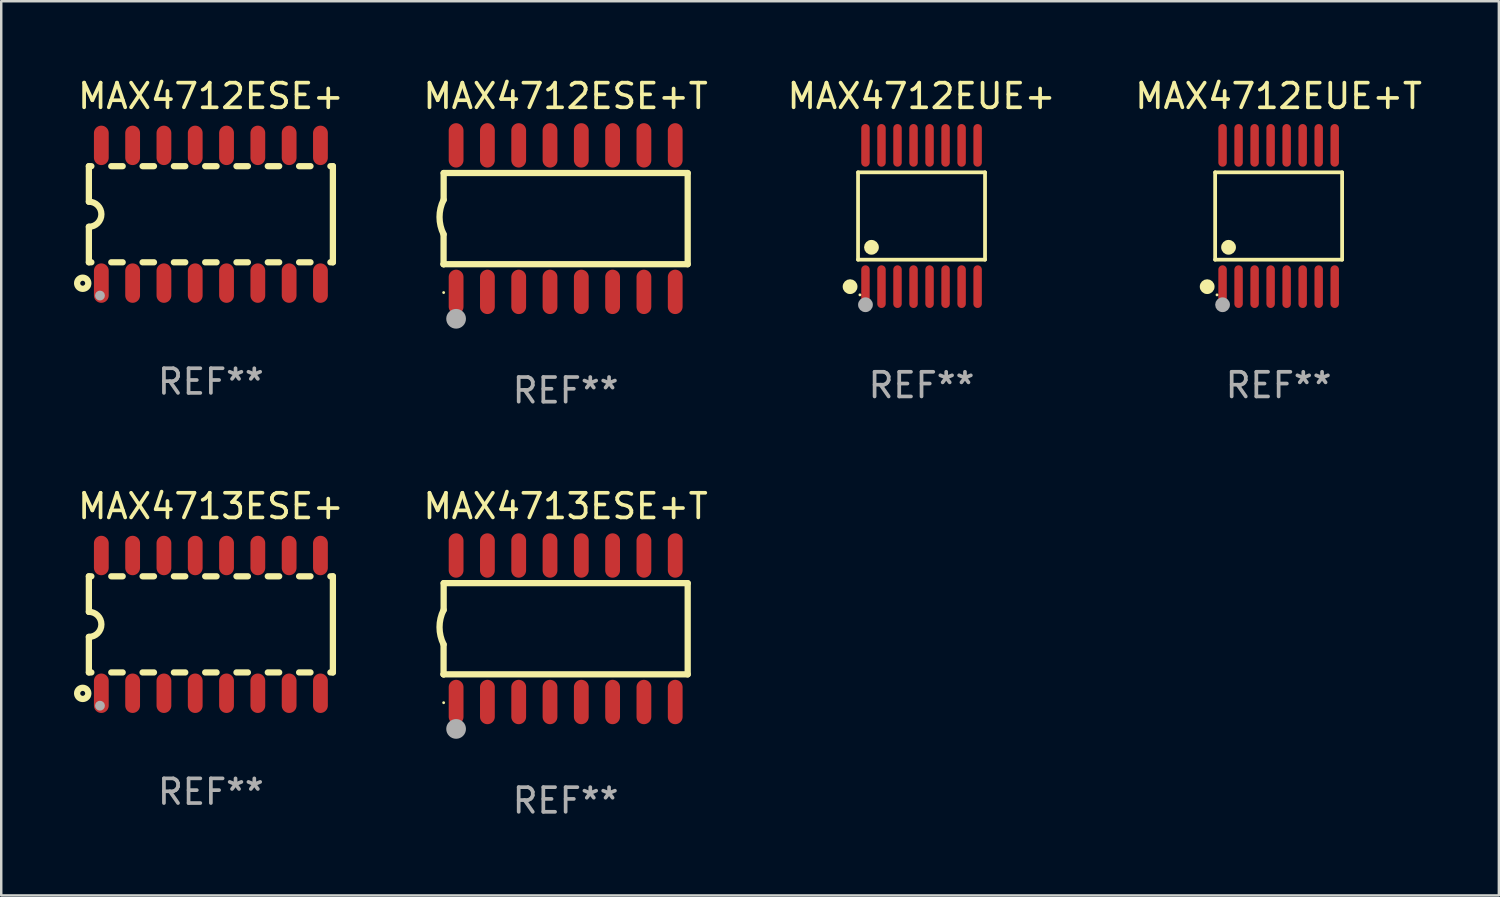
<source format=kicad_pcb>
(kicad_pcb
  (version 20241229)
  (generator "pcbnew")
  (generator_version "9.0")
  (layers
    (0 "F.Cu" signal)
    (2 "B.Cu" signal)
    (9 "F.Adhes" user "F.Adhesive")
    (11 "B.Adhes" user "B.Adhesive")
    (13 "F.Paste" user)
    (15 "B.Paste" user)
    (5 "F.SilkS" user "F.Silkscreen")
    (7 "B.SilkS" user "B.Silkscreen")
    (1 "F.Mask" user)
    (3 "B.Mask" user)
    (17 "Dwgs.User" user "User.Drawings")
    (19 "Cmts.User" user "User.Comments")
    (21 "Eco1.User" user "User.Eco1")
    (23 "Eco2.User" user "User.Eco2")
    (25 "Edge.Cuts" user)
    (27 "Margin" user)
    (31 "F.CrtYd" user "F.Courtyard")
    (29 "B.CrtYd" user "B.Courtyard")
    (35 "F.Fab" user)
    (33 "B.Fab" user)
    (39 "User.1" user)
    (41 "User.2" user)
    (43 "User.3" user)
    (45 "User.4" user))
  (footprint "MAX4713ESE+T"
    (layer "F.Cu")
    (at 19.899 22.46)
    (property "Reference" "MAX4713ESE+T" (at 0 -4.972 0) (layer "F.SilkS") (effects (font (size 1 1) (thickness 0.15))))
    (attr through_hole)
    (fp_line (start -4.952 0.635) (end -4.952 1.85) (stroke (width 0.254) (type solid)) (layer "F.SilkS"))
    (fp_line (start -4.952 1.85) (end -4.949 1.85) (stroke (width 0.254) (type solid)) (layer "F.SilkS"))
    (fp_line (start -4.949 -1.85) (end -4.949 -0.762) (stroke (width 0.254) (type solid)) (layer "F.SilkS"))
    (fp_line (start -4.949 1.85) (end 4.952 1.85) (stroke (width 0.254) (type solid)) (layer "F.SilkS"))
    (fp_line (start 4.952 -1.85) (end -4.949 -1.85) (stroke (width 0.254) (type solid)) (layer "F.SilkS"))
    (fp_line (start 4.952 1.85) (end 4.952 -1.85) (stroke (width 0.254) (type solid)) (layer "F.SilkS"))
    (fp_arc (start -4.951524 0.635001) (mid -5.116418 -0.0635) (end -4.951524 -0.762002) (stroke (width 0.254001) (type solid)) (layer "F.SilkS"))
    (fp_circle (center -4.949 3) (end -4.919 3) (stroke (width 0.06) (type solid)) (fill no) (layer "F.SilkS"))
    (fp_circle (center -4.444 4.064) (end -4.244 4.064) (stroke (width 0.4) (type solid)) (fill no) (layer "F.Fab"))
    (fp_text user "REF**" (at 0 6.972 0) (layer "F.Fab") (effects (font (size 1 1) (thickness 0.15))))
    (pad "1" smd oval (at -4.444 2.972 180) (size 0.6 1.8) (layers "F.Cu" "F.Mask" "F.Paste"))
    (pad "2" smd oval (at -3.174 2.972 180) (size 0.6 1.8) (layers "F.Cu" "F.Mask" "F.Paste"))
    (pad "3" smd oval (at -1.904 2.972 180) (size 0.6 1.8) (layers "F.Cu" "F.Mask" "F.Paste"))
    (pad "4" smd oval (at -0.634 2.972 180) (size 0.6 1.8) (layers "F.Cu" "F.Mask" "F.Paste"))
    (pad "5" smd oval (at 0.636 2.972 180) (size 0.6 1.8) (layers "F.Cu" "F.Mask" "F.Paste"))
    (pad "6" smd oval (at 1.906 2.972 180) (size 0.6 1.8) (layers "F.Cu" "F.Mask" "F.Paste"))
    (pad "7" smd oval (at 3.176 2.972 180) (size 0.6 1.8) (layers "F.Cu" "F.Mask" "F.Paste"))
    (pad "8" smd oval (at 4.446 2.972 180) (size 0.6 1.8) (layers "F.Cu" "F.Mask" "F.Paste"))
    (pad "9" smd oval (at 4.446 -2.972 180) (size 0.6 1.8) (layers "F.Cu" "F.Mask" "F.Paste"))
    (pad "10" smd oval (at 3.176 -2.972 180) (size 0.6 1.8) (layers "F.Cu" "F.Mask" "F.Paste"))
    (pad "11" smd oval (at 1.906 -2.972 180) (size 0.6 1.8) (layers "F.Cu" "F.Mask" "F.Paste"))
    (pad "12" smd oval (at 0.636 -2.972 180) (size 0.6 1.8) (layers "F.Cu" "F.Mask" "F.Paste"))
    (pad "13" smd oval (at -0.634 -2.972 180) (size 0.6 1.8) (layers "F.Cu" "F.Mask" "F.Paste"))
    (pad "14" smd oval (at -1.904 -2.972 180) (size 0.6 1.8) (layers "F.Cu" "F.Mask" "F.Paste"))
    (pad "15" smd oval (at -3.174 -2.972 180) (size 0.6 1.8) (layers "F.Cu" "F.Mask" "F.Paste"))
    (pad "16" smd oval (at -4.444 -2.972 180) (size 0.6 1.8) (layers "F.Cu" "F.Mask" "F.Paste")))
  (footprint "MAX4712EUE+T"
    (layer "F.Cu")
    (at 48.827 5.714)
    (property "Reference" "MAX4712EUE+T" (at 0 -4.866 0) (layer "F.SilkS") (effects (font (size 1 1) (thickness 0.15))))
    (attr through_hole)
    (fp_line (start -2.576 -1.772) (end 2.576 -1.772) (stroke (width 0.152) (type solid)) (layer "F.SilkS"))
    (fp_line (start -2.576 1.771) (end -2.576 -1.772) (stroke (width 0.152) (type solid)) (layer "F.SilkS"))
    (fp_line (start 2.576 -1.772) (end 2.576 1.771) (stroke (width 0.152) (type solid)) (layer "F.SilkS"))
    (fp_line (start 2.576 1.771) (end -2.576 1.771) (stroke (width 0.152) (type solid)) (layer "F.SilkS"))
    (fp_circle (center -2.899 2.866) (end -2.749 2.866) (stroke (width 0.3) (type solid)) (fill no) (layer "F.SilkS"))
    (fp_circle (center -2.5 3.2) (end -2.47 3.2) (stroke (width 0.06) (type solid)) (fill no) (layer "F.SilkS"))
    (fp_circle (center -2.032 1.27) (end -1.882 1.27) (stroke (width 0.3) (type solid)) (fill no) (layer "F.SilkS"))
    (fp_circle (center -2.275 3.6) (end -2.125 3.6) (stroke (width 0.3) (type solid)) (fill no) (layer "F.Fab"))
    (fp_text user "REF**" (at 0 6.866 0) (layer "F.Fab") (effects (font (size 1 1) (thickness 0.15))))
    (pad "1" smd oval (at -2.275 2.866) (size 0.343 1.731) (layers "F.Cu" "F.Mask" "F.Paste"))
    (pad "2" smd oval (at -1.625 2.866) (size 0.343 1.731) (layers "F.Cu" "F.Mask" "F.Paste"))
    (pad "3" smd oval (at -0.975 2.866) (size 0.343 1.731) (layers "F.Cu" "F.Mask" "F.Paste"))
    (pad "4" smd oval (at -0.325 2.866) (size 0.343 1.731) (layers "F.Cu" "F.Mask" "F.Paste"))
    (pad "5" smd oval (at 0.325 2.866) (size 0.343 1.731) (layers "F.Cu" "F.Mask" "F.Paste"))
    (pad "6" smd oval (at 0.975 2.866) (size 0.343 1.731) (layers "F.Cu" "F.Mask" "F.Paste"))
    (pad "7" smd oval (at 1.625 2.866) (size 0.343 1.731) (layers "F.Cu" "F.Mask" "F.Paste"))
    (pad "8" smd oval (at 2.275 2.866) (size 0.343 1.731) (layers "F.Cu" "F.Mask" "F.Paste"))
    (pad "9" smd oval (at 2.275 -2.866) (size 0.343 1.731) (layers "F.Cu" "F.Mask" "F.Paste"))
    (pad "10" smd oval (at 1.625 -2.866) (size 0.343 1.731) (layers "F.Cu" "F.Mask" "F.Paste"))
    (pad "11" smd oval (at 0.975 -2.866) (size 0.343 1.731) (layers "F.Cu" "F.Mask" "F.Paste"))
    (pad "12" smd oval (at 0.325 -2.866) (size 0.343 1.731) (layers "F.Cu" "F.Mask" "F.Paste"))
    (pad "13" smd oval (at -0.325 -2.866) (size 0.343 1.731) (layers "F.Cu" "F.Mask" "F.Paste"))
    (pad "14" smd oval (at -0.975 -2.866) (size 0.343 1.731) (layers "F.Cu" "F.Mask" "F.Paste"))
    (pad "15" smd oval (at -1.625 -2.866) (size 0.343 1.731) (layers "F.Cu" "F.Mask" "F.Paste"))
    (pad "16" smd oval (at -2.275 -2.866) (size 0.343 1.731) (layers "F.Cu" "F.Mask" "F.Paste")))
  (footprint "MAX4712ESE+"
    (layer "F.Cu")
    (at 5.506 5.642)
    (property "Reference" "MAX4712ESE+" (at 0 -4.794 0) (layer "F.SilkS") (effects (font (size 1 1) (thickness 0.15))))
    (attr through_hole)
    (fp_line (start -4.95 -1.95) (end -4.95 -0.508) (stroke (width 0.254) (type solid)) (layer "F.SilkS"))
    (fp_line (start -4.95 -1.95) (end -4.849 -1.95) (stroke (width 0.254) (type solid)) (layer "F.SilkS"))
    (fp_line (start -4.95 1.95) (end -4.95 0.508) (stroke (width 0.254) (type solid)) (layer "F.SilkS"))
    (fp_line (start -4.95 1.95) (end -4.849 1.95) (stroke (width 0.254) (type solid)) (layer "F.SilkS"))
    (fp_line (start -4.041 -1.95) (end -3.579 -1.95) (stroke (width 0.254) (type solid)) (layer "F.SilkS"))
    (fp_line (start -4.041 1.95) (end -3.579 1.95) (stroke (width 0.254) (type solid)) (layer "F.SilkS"))
    (fp_line (start -2.771 -1.95) (end -2.309 -1.95) (stroke (width 0.254) (type solid)) (layer "F.SilkS"))
    (fp_line (start -2.771 1.95) (end -2.309 1.95) (stroke (width 0.254) (type solid)) (layer "F.SilkS"))
    (fp_line (start -1.501 -1.95) (end -1.039 -1.95) (stroke (width 0.254) (type solid)) (layer "F.SilkS"))
    (fp_line (start -1.501 1.95) (end -1.039 1.95) (stroke (width 0.254) (type solid)) (layer "F.SilkS"))
    (fp_line (start -0.231 -1.95) (end 0.231 -1.95) (stroke (width 0.254) (type solid)) (layer "F.SilkS"))
    (fp_line (start -0.231 1.95) (end 0.231 1.95) (stroke (width 0.254) (type solid)) (layer "F.SilkS"))
    (fp_line (start 1.039 -1.95) (end 1.501 -1.95) (stroke (width 0.254) (type solid)) (layer "F.SilkS"))
    (fp_line (start 1.039 1.95) (end 1.501 1.95) (stroke (width 0.254) (type solid)) (layer "F.SilkS"))
    (fp_line (start 2.309 -1.95) (end 2.771 -1.95) (stroke (width 0.254) (type solid)) (layer "F.SilkS"))
    (fp_line (start 2.309 1.95) (end 2.771 1.95) (stroke (width 0.254) (type solid)) (layer "F.SilkS"))
    (fp_line (start 3.579 -1.95) (end 4.041 -1.95) (stroke (width 0.254) (type solid)) (layer "F.SilkS"))
    (fp_line (start 3.579 1.95) (end 4.041 1.95) (stroke (width 0.254) (type solid)) (layer "F.SilkS"))
    (fp_line (start 4.849 -1.95) (end 4.95 -1.95) (stroke (width 0.254) (type solid)) (layer "F.SilkS"))
    (fp_line (start 4.849 1.95) (end 4.95 1.95) (stroke (width 0.254) (type solid)) (layer "F.SilkS"))
    (fp_line (start 4.95 -1.95) (end 4.95 1.95) (stroke (width 0.254) (type solid)) (layer "F.SilkS"))
    (fp_arc (start -4.95047 -0.508001) (mid -4.442469 -0.000228) (end -4.950013 0.508001) (stroke (width 0.254001) (type solid)) (layer "F.SilkS"))
    (fp_circle (center -5.2 2.8) (end -5.1 2.8) (stroke (width 0.254) (type solid)) (fill no) (layer "F.SilkS"))
    (fp_circle (center -4.95 2.947) (end -4.92 2.947) (stroke (width 0.06) (type solid)) (fill no) (layer "F.SilkS"))
    (fp_circle (center -4.5 3.3) (end -4.4 3.3) (stroke (width 0.2) (type solid)) (fill no) (layer "F.Fab"))
    (fp_text user "REF**" (at 0 6.794 0) (layer "F.Fab") (effects (font (size 1 1) (thickness 0.15))))
    (pad "1" smd oval (at -4.445 2.794) (size 0.6 1.6) (layers "F.Cu" "F.Mask" "F.Paste"))
    (pad "2" smd oval (at -3.175 2.794) (size 0.6 1.6) (layers "F.Cu" "F.Mask" "F.Paste"))
    (pad "3" smd oval (at -1.905 2.794) (size 0.6 1.6) (layers "F.Cu" "F.Mask" "F.Paste"))
    (pad "4" smd oval (at -0.635 2.794) (size 0.6 1.6) (layers "F.Cu" "F.Mask" "F.Paste"))
    (pad "5" smd oval (at 0.635 2.794) (size 0.6 1.6) (layers "F.Cu" "F.Mask" "F.Paste"))
    (pad "6" smd oval (at 1.905 2.794) (size 0.6 1.6) (layers "F.Cu" "F.Mask" "F.Paste"))
    (pad "7" smd oval (at 3.175 2.794) (size 0.6 1.6) (layers "F.Cu" "F.Mask" "F.Paste"))
    (pad "8" smd oval (at 4.445 2.794) (size 0.6 1.6) (layers "F.Cu" "F.Mask" "F.Paste"))
    (pad "9" smd oval (at 4.445 -2.794) (size 0.6 1.6) (layers "F.Cu" "F.Mask" "F.Paste"))
    (pad "10" smd oval (at 3.175 -2.794) (size 0.6 1.6) (layers "F.Cu" "F.Mask" "F.Paste"))
    (pad "11" smd oval (at 1.905 -2.794) (size 0.6 1.6) (layers "F.Cu" "F.Mask" "F.Paste"))
    (pad "12" smd oval (at 0.635 -2.794) (size 0.6 1.6) (layers "F.Cu" "F.Mask" "F.Paste"))
    (pad "13" smd oval (at -0.635 -2.794) (size 0.6 1.6) (layers "F.Cu" "F.Mask" "F.Paste"))
    (pad "14" smd oval (at -1.905 -2.794) (size 0.6 1.6) (layers "F.Cu" "F.Mask" "F.Paste"))
    (pad "15" smd oval (at -3.175 -2.794) (size 0.6 1.6) (layers "F.Cu" "F.Mask" "F.Paste"))
    (pad "16" smd oval (at -4.445 -2.794) (size 0.6 1.6) (layers "F.Cu" "F.Mask" "F.Paste")))
  (footprint "MAX4712EUE+"
    (layer "F.Cu")
    (at 34.339 5.714)
    (property "Reference" "MAX4712EUE+" (at 0 -4.866 0) (layer "F.SilkS") (effects (font (size 1 1) (thickness 0.15))))
    (attr through_hole)
    (fp_line (start -2.576 -1.772) (end 2.576 -1.772) (stroke (width 0.152) (type solid)) (layer "F.SilkS"))
    (fp_line (start -2.576 1.771) (end -2.576 -1.772) (stroke (width 0.152) (type solid)) (layer "F.SilkS"))
    (fp_line (start 2.576 -1.772) (end 2.576 1.771) (stroke (width 0.152) (type solid)) (layer "F.SilkS"))
    (fp_line (start 2.576 1.771) (end -2.576 1.771) (stroke (width 0.152) (type solid)) (layer "F.SilkS"))
    (fp_circle (center -2.899 2.866) (end -2.749 2.866) (stroke (width 0.3) (type solid)) (fill no) (layer "F.SilkS"))
    (fp_circle (center -2.5 3.2) (end -2.47 3.2) (stroke (width 0.06) (type solid)) (fill no) (layer "F.SilkS"))
    (fp_circle (center -2.032 1.27) (end -1.882 1.27) (stroke (width 0.3) (type solid)) (fill no) (layer "F.SilkS"))
    (fp_circle (center -2.275 3.6) (end -2.125 3.6) (stroke (width 0.3) (type solid)) (fill no) (layer "F.Fab"))
    (fp_text user "REF**" (at 0 6.866 0) (layer "F.Fab") (effects (font (size 1 1) (thickness 0.15))))
    (pad "1" smd oval (at -2.275 2.866) (size 0.343 1.731) (layers "F.Cu" "F.Mask" "F.Paste"))
    (pad "2" smd oval (at -1.625 2.866) (size 0.343 1.731) (layers "F.Cu" "F.Mask" "F.Paste"))
    (pad "3" smd oval (at -0.975 2.866) (size 0.343 1.731) (layers "F.Cu" "F.Mask" "F.Paste"))
    (pad "4" smd oval (at -0.325 2.866) (size 0.343 1.731) (layers "F.Cu" "F.Mask" "F.Paste"))
    (pad "5" smd oval (at 0.325 2.866) (size 0.343 1.731) (layers "F.Cu" "F.Mask" "F.Paste"))
    (pad "6" smd oval (at 0.975 2.866) (size 0.343 1.731) (layers "F.Cu" "F.Mask" "F.Paste"))
    (pad "7" smd oval (at 1.625 2.866) (size 0.343 1.731) (layers "F.Cu" "F.Mask" "F.Paste"))
    (pad "8" smd oval (at 2.275 2.866) (size 0.343 1.731) (layers "F.Cu" "F.Mask" "F.Paste"))
    (pad "9" smd oval (at 2.275 -2.866) (size 0.343 1.731) (layers "F.Cu" "F.Mask" "F.Paste"))
    (pad "10" smd oval (at 1.625 -2.866) (size 0.343 1.731) (layers "F.Cu" "F.Mask" "F.Paste"))
    (pad "11" smd oval (at 0.975 -2.866) (size 0.343 1.731) (layers "F.Cu" "F.Mask" "F.Paste"))
    (pad "12" smd oval (at 0.325 -2.866) (size 0.343 1.731) (layers "F.Cu" "F.Mask" "F.Paste"))
    (pad "13" smd oval (at -0.325 -2.866) (size 0.343 1.731) (layers "F.Cu" "F.Mask" "F.Paste"))
    (pad "14" smd oval (at -0.975 -2.866) (size 0.343 1.731) (layers "F.Cu" "F.Mask" "F.Paste"))
    (pad "15" smd oval (at -1.625 -2.866) (size 0.343 1.731) (layers "F.Cu" "F.Mask" "F.Paste"))
    (pad "16" smd oval (at -2.275 -2.866) (size 0.343 1.731) (layers "F.Cu" "F.Mask" "F.Paste")))
  (footprint "MAX4712ESE+T"
    (layer "F.Cu")
    (at 19.899 5.82)
    (property "Reference" "MAX4712ESE+T" (at 0 -4.972 0) (layer "F.SilkS") (effects (font (size 1 1) (thickness 0.15))))
    (attr through_hole)
    (fp_line (start -4.952 0.635) (end -4.952 1.85) (stroke (width 0.254) (type solid)) (layer "F.SilkS"))
    (fp_line (start -4.952 1.85) (end -4.949 1.85) (stroke (width 0.254) (type solid)) (layer "F.SilkS"))
    (fp_line (start -4.949 -1.85) (end -4.949 -0.762) (stroke (width 0.254) (type solid)) (layer "F.SilkS"))
    (fp_line (start -4.949 1.85) (end 4.952 1.85) (stroke (width 0.254) (type solid)) (layer "F.SilkS"))
    (fp_line (start 4.952 -1.85) (end -4.949 -1.85) (stroke (width 0.254) (type solid)) (layer "F.SilkS"))
    (fp_line (start 4.952 1.85) (end 4.952 -1.85) (stroke (width 0.254) (type solid)) (layer "F.SilkS"))
    (fp_arc (start -4.951524 0.635001) (mid -5.116418 -0.0635) (end -4.951524 -0.762002) (stroke (width 0.254001) (type solid)) (layer "F.SilkS"))
    (fp_circle (center -4.949 3) (end -4.919 3) (stroke (width 0.06) (type solid)) (fill no) (layer "F.SilkS"))
    (fp_circle (center -4.444 4.064) (end -4.244 4.064) (stroke (width 0.4) (type solid)) (fill no) (layer "F.Fab"))
    (fp_text user "REF**" (at 0 6.972 0) (layer "F.Fab") (effects (font (size 1 1) (thickness 0.15))))
    (pad "1" smd oval (at -4.444 2.972 180) (size 0.6 1.8) (layers "F.Cu" "F.Mask" "F.Paste"))
    (pad "2" smd oval (at -3.174 2.972 180) (size 0.6 1.8) (layers "F.Cu" "F.Mask" "F.Paste"))
    (pad "3" smd oval (at -1.904 2.972 180) (size 0.6 1.8) (layers "F.Cu" "F.Mask" "F.Paste"))
    (pad "4" smd oval (at -0.634 2.972 180) (size 0.6 1.8) (layers "F.Cu" "F.Mask" "F.Paste"))
    (pad "5" smd oval (at 0.636 2.972 180) (size 0.6 1.8) (layers "F.Cu" "F.Mask" "F.Paste"))
    (pad "6" smd oval (at 1.906 2.972 180) (size 0.6 1.8) (layers "F.Cu" "F.Mask" "F.Paste"))
    (pad "7" smd oval (at 3.176 2.972 180) (size 0.6 1.8) (layers "F.Cu" "F.Mask" "F.Paste"))
    (pad "8" smd oval (at 4.446 2.972 180) (size 0.6 1.8) (layers "F.Cu" "F.Mask" "F.Paste"))
    (pad "9" smd oval (at 4.446 -2.972 180) (size 0.6 1.8) (layers "F.Cu" "F.Mask" "F.Paste"))
    (pad "10" smd oval (at 3.176 -2.972 180) (size 0.6 1.8) (layers "F.Cu" "F.Mask" "F.Paste"))
    (pad "11" smd oval (at 1.906 -2.972 180) (size 0.6 1.8) (layers "F.Cu" "F.Mask" "F.Paste"))
    (pad "12" smd oval (at 0.636 -2.972 180) (size 0.6 1.8) (layers "F.Cu" "F.Mask" "F.Paste"))
    (pad "13" smd oval (at -0.634 -2.972 180) (size 0.6 1.8) (layers "F.Cu" "F.Mask" "F.Paste"))
    (pad "14" smd oval (at -1.904 -2.972 180) (size 0.6 1.8) (layers "F.Cu" "F.Mask" "F.Paste"))
    (pad "15" smd oval (at -3.174 -2.972 180) (size 0.6 1.8) (layers "F.Cu" "F.Mask" "F.Paste"))
    (pad "16" smd oval (at -4.444 -2.972 180) (size 0.6 1.8) (layers "F.Cu" "F.Mask" "F.Paste")))
  (footprint "MAX4713ESE+"
    (layer "F.Cu")
    (at 5.506 22.282)
    (property "Reference" "MAX4713ESE+" (at 0 -4.794 0) (layer "F.SilkS") (effects (font (size 1 1) (thickness 0.15))))
    (attr through_hole)
    (fp_line (start -4.95 -1.95) (end -4.95 -0.508) (stroke (width 0.254) (type solid)) (layer "F.SilkS"))
    (fp_line (start -4.95 -1.95) (end -4.849 -1.95) (stroke (width 0.254) (type solid)) (layer "F.SilkS"))
    (fp_line (start -4.95 1.95) (end -4.95 0.508) (stroke (width 0.254) (type solid)) (layer "F.SilkS"))
    (fp_line (start -4.95 1.95) (end -4.849 1.95) (stroke (width 0.254) (type solid)) (layer "F.SilkS"))
    (fp_line (start -4.041 -1.95) (end -3.579 -1.95) (stroke (width 0.254) (type solid)) (layer "F.SilkS"))
    (fp_line (start -4.041 1.95) (end -3.579 1.95) (stroke (width 0.254) (type solid)) (layer "F.SilkS"))
    (fp_line (start -2.771 -1.95) (end -2.309 -1.95) (stroke (width 0.254) (type solid)) (layer "F.SilkS"))
    (fp_line (start -2.771 1.95) (end -2.309 1.95) (stroke (width 0.254) (type solid)) (layer "F.SilkS"))
    (fp_line (start -1.501 -1.95) (end -1.039 -1.95) (stroke (width 0.254) (type solid)) (layer "F.SilkS"))
    (fp_line (start -1.501 1.95) (end -1.039 1.95) (stroke (width 0.254) (type solid)) (layer "F.SilkS"))
    (fp_line (start -0.231 -1.95) (end 0.231 -1.95) (stroke (width 0.254) (type solid)) (layer "F.SilkS"))
    (fp_line (start -0.231 1.95) (end 0.231 1.95) (stroke (width 0.254) (type solid)) (layer "F.SilkS"))
    (fp_line (start 1.039 -1.95) (end 1.501 -1.95) (stroke (width 0.254) (type solid)) (layer "F.SilkS"))
    (fp_line (start 1.039 1.95) (end 1.501 1.95) (stroke (width 0.254) (type solid)) (layer "F.SilkS"))
    (fp_line (start 2.309 -1.95) (end 2.771 -1.95) (stroke (width 0.254) (type solid)) (layer "F.SilkS"))
    (fp_line (start 2.309 1.95) (end 2.771 1.95) (stroke (width 0.254) (type solid)) (layer "F.SilkS"))
    (fp_line (start 3.579 -1.95) (end 4.041 -1.95) (stroke (width 0.254) (type solid)) (layer "F.SilkS"))
    (fp_line (start 3.579 1.95) (end 4.041 1.95) (stroke (width 0.254) (type solid)) (layer "F.SilkS"))
    (fp_line (start 4.849 -1.95) (end 4.95 -1.95) (stroke (width 0.254) (type solid)) (layer "F.SilkS"))
    (fp_line (start 4.849 1.95) (end 4.95 1.95) (stroke (width 0.254) (type solid)) (layer "F.SilkS"))
    (fp_line (start 4.95 -1.95) (end 4.95 1.95) (stroke (width 0.254) (type solid)) (layer "F.SilkS"))
    (fp_arc (start -4.95047 -0.508001) (mid -4.442469 -0.000228) (end -4.950013 0.508001) (stroke (width 0.254001) (type solid)) (layer "F.SilkS"))
    (fp_circle (center -5.2 2.8) (end -5.1 2.8) (stroke (width 0.254) (type solid)) (fill no) (layer "F.SilkS"))
    (fp_circle (center -4.95 2.947) (end -4.92 2.947) (stroke (width 0.06) (type solid)) (fill no) (layer "F.SilkS"))
    (fp_circle (center -4.5 3.3) (end -4.4 3.3) (stroke (width 0.2) (type solid)) (fill no) (layer "F.Fab"))
    (fp_text user "REF**" (at 0 6.794 0) (layer "F.Fab") (effects (font (size 1 1) (thickness 0.15))))
    (pad "1" smd oval (at -4.445 2.794) (size 0.6 1.6) (layers "F.Cu" "F.Mask" "F.Paste"))
    (pad "2" smd oval (at -3.175 2.794) (size 0.6 1.6) (layers "F.Cu" "F.Mask" "F.Paste"))
    (pad "3" smd oval (at -1.905 2.794) (size 0.6 1.6) (layers "F.Cu" "F.Mask" "F.Paste"))
    (pad "4" smd oval (at -0.635 2.794) (size 0.6 1.6) (layers "F.Cu" "F.Mask" "F.Paste"))
    (pad "5" smd oval (at 0.635 2.794) (size 0.6 1.6) (layers "F.Cu" "F.Mask" "F.Paste"))
    (pad "6" smd oval (at 1.905 2.794) (size 0.6 1.6) (layers "F.Cu" "F.Mask" "F.Paste"))
    (pad "7" smd oval (at 3.175 2.794) (size 0.6 1.6) (layers "F.Cu" "F.Mask" "F.Paste"))
    (pad "8" smd oval (at 4.445 2.794) (size 0.6 1.6) (layers "F.Cu" "F.Mask" "F.Paste"))
    (pad "9" smd oval (at 4.445 -2.794) (size 0.6 1.6) (layers "F.Cu" "F.Mask" "F.Paste"))
    (pad "10" smd oval (at 3.175 -2.794) (size 0.6 1.6) (layers "F.Cu" "F.Mask" "F.Paste"))
    (pad "11" smd oval (at 1.905 -2.794) (size 0.6 1.6) (layers "F.Cu" "F.Mask" "F.Paste"))
    (pad "12" smd oval (at 0.635 -2.794) (size 0.6 1.6) (layers "F.Cu" "F.Mask" "F.Paste"))
    (pad "13" smd oval (at -0.635 -2.794) (size 0.6 1.6) (layers "F.Cu" "F.Mask" "F.Paste"))
    (pad "14" smd oval (at -1.905 -2.794) (size 0.6 1.6) (layers "F.Cu" "F.Mask" "F.Paste"))
    (pad "15" smd oval (at -3.175 -2.794) (size 0.6 1.6) (layers "F.Cu" "F.Mask" "F.Paste"))
    (pad "16" smd oval (at -4.445 -2.794) (size 0.6 1.6) (layers "F.Cu" "F.Mask" "F.Paste")))
  (gr_rect
    (start -3 -3)
    (end 57.762 33.28)
    (stroke (width 0.1) (type default))
    (fill no)
    (layer "Edge.Cuts")))
</source>
